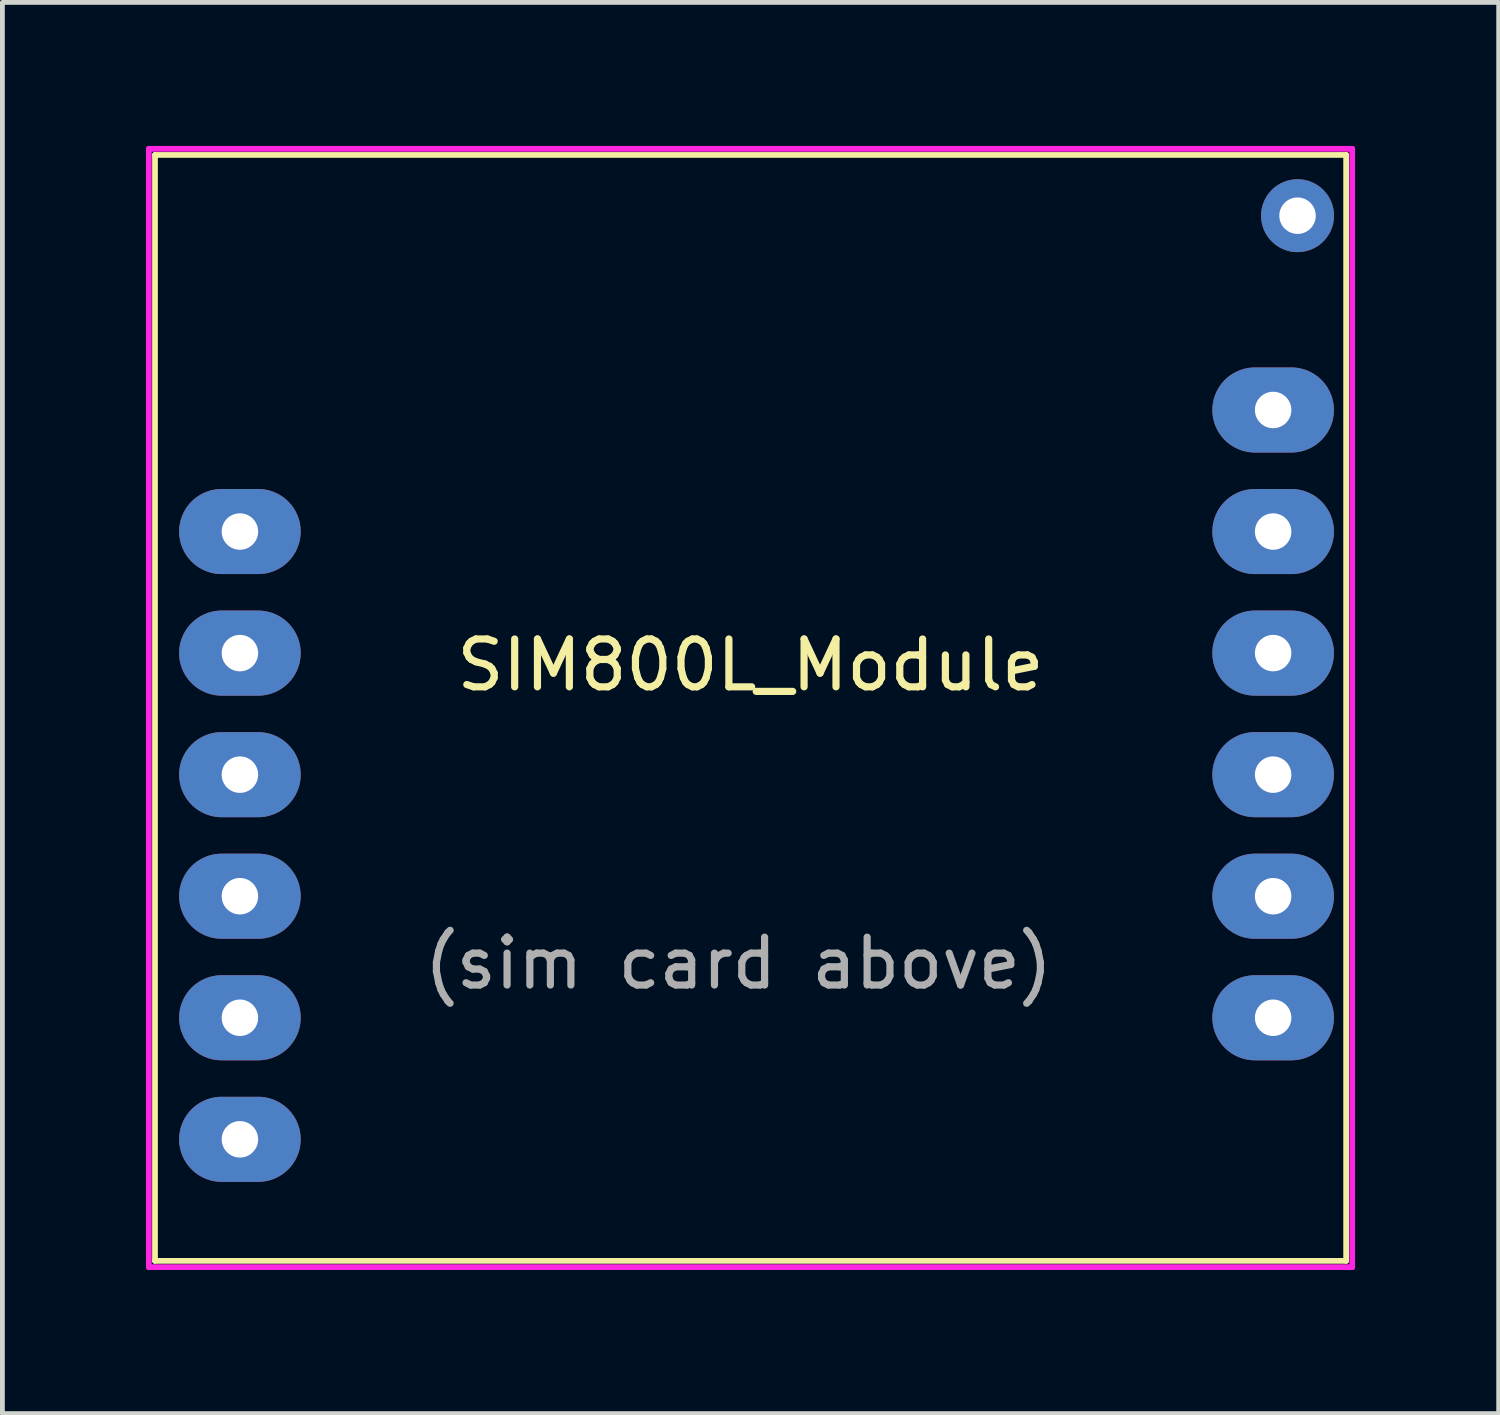
<source format=kicad_pcb>
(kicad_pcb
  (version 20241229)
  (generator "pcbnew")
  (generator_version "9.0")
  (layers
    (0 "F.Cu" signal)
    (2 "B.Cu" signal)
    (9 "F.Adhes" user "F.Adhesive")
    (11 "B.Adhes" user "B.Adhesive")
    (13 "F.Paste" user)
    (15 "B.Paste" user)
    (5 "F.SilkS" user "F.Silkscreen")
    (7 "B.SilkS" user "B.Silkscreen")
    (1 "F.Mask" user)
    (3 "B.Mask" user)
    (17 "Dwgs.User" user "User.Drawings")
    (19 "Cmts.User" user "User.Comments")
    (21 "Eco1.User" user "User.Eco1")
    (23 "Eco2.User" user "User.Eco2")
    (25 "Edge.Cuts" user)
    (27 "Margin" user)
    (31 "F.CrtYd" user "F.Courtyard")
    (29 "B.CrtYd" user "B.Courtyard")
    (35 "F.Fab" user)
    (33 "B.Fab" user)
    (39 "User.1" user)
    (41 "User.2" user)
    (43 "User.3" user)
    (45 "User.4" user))
  (footprint "SIM800L_Module"
    (layer "F.Cu")
    (at 12.379 11.109)
    (property "Reference" "SIM800L_Module" (at 0.254 -0.262 180) (layer "F.SilkS") (effects (font (size 1 1) (thickness 0.15))))
    (attr through_hole)
    (fp_line (start -12.19 -10.922) (end -12.19 12.188) (stroke (width 0.12) (type solid)) (layer "F.SilkS"))
    (fp_line (start -12.19 12.188) (end 12.7 12.188) (stroke (width 0.12) (type solid)) (layer "F.SilkS"))
    (fp_line (start 12.7 -10.922) (end -12.19 -10.922) (stroke (width 0.12) (type solid)) (layer "F.SilkS"))
    (fp_line (start 12.7 12.188) (end 12.7 -10.922) (stroke (width 0.12) (type solid)) (layer "F.SilkS"))
    (fp_line (start -12.319 -11.049) (end 12.827 -11.049) (stroke (width 0.12) (type solid)) (layer "F.CrtYd"))
    (fp_line (start -12.319 12.319) (end -12.319 -11.049) (stroke (width 0.12) (type solid)) (layer "F.CrtYd"))
    (fp_line (start 12.827 -11.049) (end 12.827 12.319) (stroke (width 0.12) (type solid)) (layer "F.CrtYd"))
    (fp_line (start 12.827 12.319) (end -12.319 12.319) (stroke (width 0.12) (type solid)) (layer "F.CrtYd"))
    (fp_text user "(sim card above)" (at 0 5.969 0) (layer "F.Fab") (effects (font (size 1 1) (thickness 0.15))))
    (pad "1" thru_hole circle (at 11.684 -9.652 180) (size 1.524 1.524) (drill 0.762) (layers "*.Cu" "*.Mask"))
    (pad "2" thru_hole oval (at 11.174 -5.592 180) (size 2.54 1.778) (drill 0.762) (layers "*.Cu" "*.Mask"))
    (pad "3" thru_hole oval (at 11.174 -3.052 180) (size 2.54 1.778) (drill 0.762) (layers "*.Cu" "*.Mask"))
    (pad "4" thru_hole oval (at 11.174 -0.512 180) (size 2.54 1.778) (drill 0.762) (layers "*.Cu" "*.Mask"))
    (pad "5" thru_hole oval (at 11.174 2.028 180) (size 2.54 1.778) (drill 0.762) (layers "*.Cu" "*.Mask"))
    (pad "6" thru_hole oval (at 11.174 4.568 180) (size 2.54 1.778) (drill 0.762) (layers "*.Cu" "*.Mask"))
    (pad "7" thru_hole oval (at 11.174 7.108 180) (size 2.54 1.778) (drill 0.762) (layers "*.Cu" "*.Mask"))
    (pad "8" thru_hole oval (at -10.416 -3.052 180) (size 2.54 1.778) (drill 0.762) (layers "*.Cu" "*.Mask"))
    (pad "9" thru_hole oval (at -10.416 -0.512 180) (size 2.54 1.778) (drill 0.762) (layers "*.Cu" "*.Mask"))
    (pad "10" thru_hole oval (at -10.416 2.028 180) (size 2.54 1.778) (drill 0.762) (layers "*.Cu" "*.Mask"))
    (pad "11" thru_hole oval (at -10.416 4.568 180) (size 2.54 1.778) (drill 0.762) (layers "*.Cu" "*.Mask"))
    (pad "12" thru_hole oval (at -10.416 7.108 180) (size 2.54 1.778) (drill 0.762) (layers "*.Cu" "*.Mask"))
    (pad "13" thru_hole oval (at -10.416 9.648 180) (size 2.54 1.778) (drill 0.762) (layers "*.Cu" "*.Mask")))
  (gr_rect
    (start -3 -3)
    (end 28.266 26.488)
    (stroke (width 0.1) (type default))
    (fill no)
    (layer "Edge.Cuts")))
</source>
